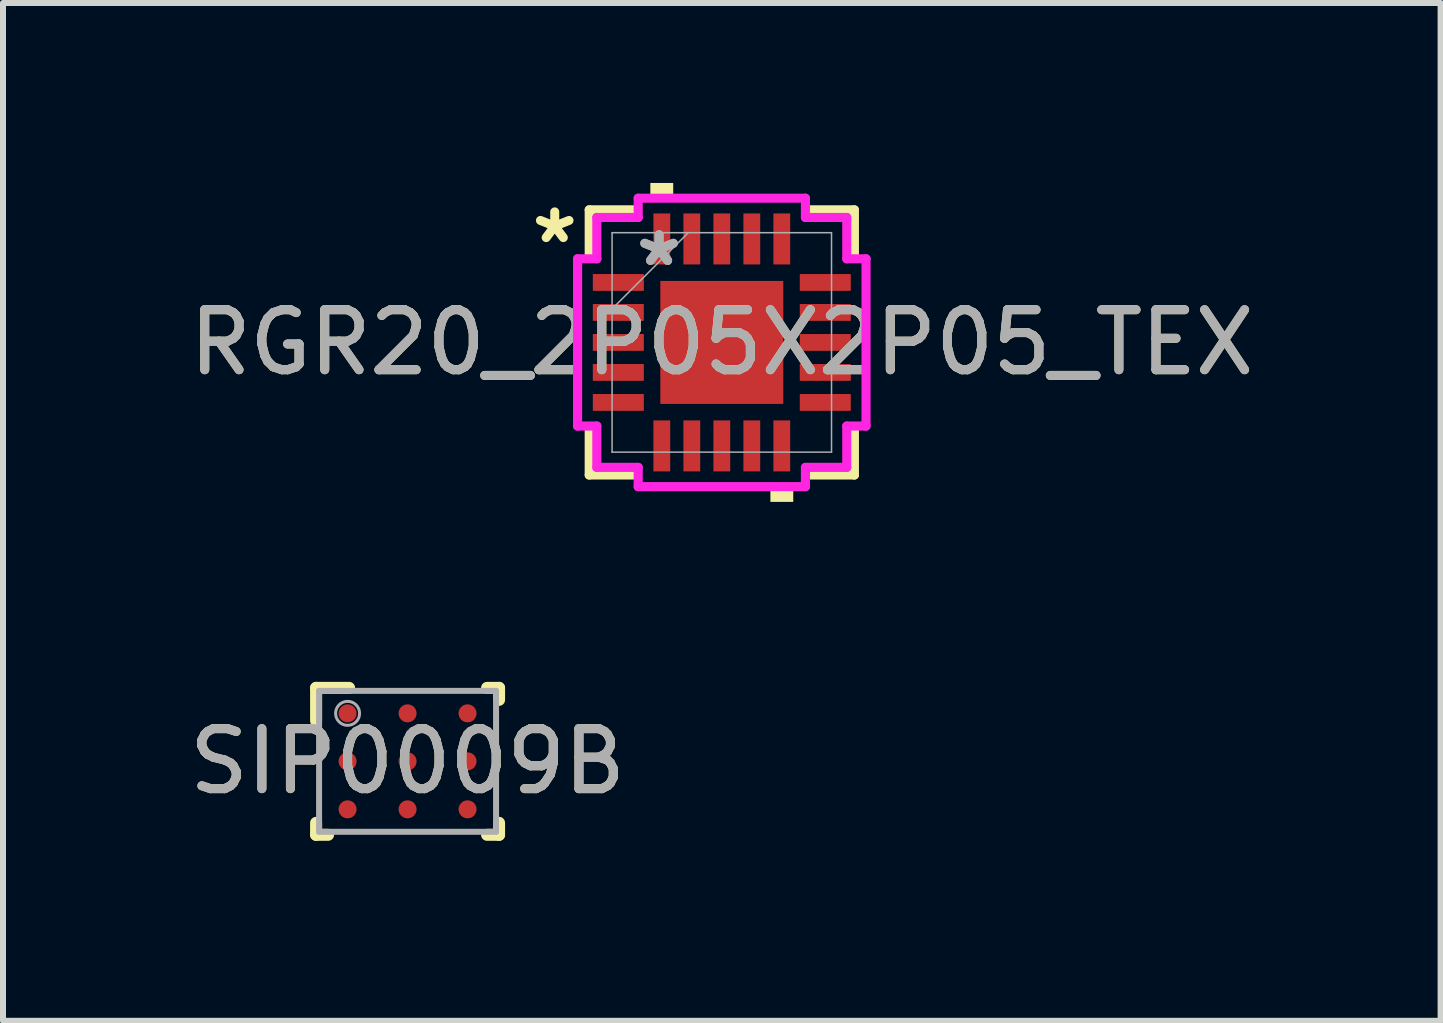
<source format=kicad_pcb>
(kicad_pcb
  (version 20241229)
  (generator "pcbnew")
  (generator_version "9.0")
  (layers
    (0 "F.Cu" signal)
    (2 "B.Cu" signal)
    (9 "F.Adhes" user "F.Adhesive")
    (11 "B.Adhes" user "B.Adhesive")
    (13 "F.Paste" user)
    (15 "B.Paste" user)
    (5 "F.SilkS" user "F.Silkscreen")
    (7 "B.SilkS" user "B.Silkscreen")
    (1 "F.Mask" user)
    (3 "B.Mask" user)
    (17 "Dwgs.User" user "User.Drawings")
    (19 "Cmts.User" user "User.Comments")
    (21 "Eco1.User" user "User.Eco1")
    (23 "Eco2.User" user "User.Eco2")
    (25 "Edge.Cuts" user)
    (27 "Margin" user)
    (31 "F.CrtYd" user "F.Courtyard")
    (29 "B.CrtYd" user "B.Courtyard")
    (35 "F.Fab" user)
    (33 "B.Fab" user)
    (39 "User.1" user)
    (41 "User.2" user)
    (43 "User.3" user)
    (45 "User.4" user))
  (footprint "RGR20_2P05X2P05_TEX"
    (layer "F.Cu")
    (at 8.982 2.658)
    (property "Reference" "RGR20_2P05X2P05_TEX" (at 0 0 0) (unlocked yes) (layer "F.SilkS") (effects (font (size 1 1) (thickness 0.15))))
    (attr smd)
    (fp_poly (pts (xy -1.089 -1.089) (xy -0.594 -1.089) (xy -0.594 1.089) (xy -1.089 1.089)) (stroke (width 0) (type solid)) (fill yes) (layer "F.Mask"))
    (fp_poly (pts (xy -1.089 -1.089) (xy 1.089 -1.089) (xy 1.089 -0.594) (xy -1.089 -0.594)) (stroke (width 0) (type solid)) (fill yes) (layer "F.Mask"))
    (fp_poly (pts (xy -1.089 -0.194) (xy 1.089 -0.194) (xy 1.089 0.194) (xy -1.089 0.194)) (stroke (width 0) (type solid)) (fill yes) (layer "F.Mask"))
    (fp_poly (pts (xy -1.089 0.594) (xy 1.089 0.594) (xy 1.089 1.089) (xy -1.089 1.089)) (stroke (width 0) (type solid)) (fill yes) (layer "F.Mask"))
    (fp_poly (pts (xy 0.194 -1.089) (xy -0.194 -1.089) (xy -0.194 1.089) (xy 0.194 1.089)) (stroke (width 0) (type solid)) (fill yes) (layer "F.Mask"))
    (fp_poly (pts (xy 0.594 -1.089) (xy 1.089 -1.089) (xy 1.089 1.089) (xy 0.594 1.089)) (stroke (width 0) (type solid)) (fill yes) (layer "F.Mask"))
    (fp_line (start -2.21 -2.21) (end -2.21 -1.467) (stroke (width 0.152) (type solid)) (layer "F.SilkS"))
    (fp_line (start -2.21 1.467) (end -2.21 2.21) (stroke (width 0.152) (type solid)) (layer "F.SilkS"))
    (fp_line (start -2.21 2.21) (end -1.468 2.21) (stroke (width 0.152) (type solid)) (layer "F.SilkS"))
    (fp_line (start -1.468 -2.21) (end -2.21 -2.21) (stroke (width 0.152) (type solid)) (layer "F.SilkS"))
    (fp_line (start 1.468 2.21) (end 2.21 2.21) (stroke (width 0.152) (type solid)) (layer "F.SilkS"))
    (fp_line (start 2.21 -2.21) (end 1.468 -2.21) (stroke (width 0.152) (type solid)) (layer "F.SilkS"))
    (fp_line (start 2.21 -1.467) (end 2.21 -2.21) (stroke (width 0.152) (type solid)) (layer "F.SilkS"))
    (fp_line (start 2.21 2.21) (end 2.21 1.467) (stroke (width 0.152) (type solid)) (layer "F.SilkS"))
    (fp_poly (pts (xy -1.191 -2.404) (xy -1.191 -2.658) (xy -0.81 -2.658) (xy -0.81 -2.404)) (stroke (width 0) (type solid)) (fill yes) (layer "F.SilkS"))
    (fp_poly (pts (xy 0.81 2.404) (xy 0.81 2.658) (xy 1.191 2.658) (xy 1.191 2.404)) (stroke (width 0) (type solid)) (fill yes) (layer "F.SilkS"))
    (fp_poly (pts (xy -0.95 -0.95) (xy -0.95 -0.494) (xy -0.635 -0.494) (xy -0.494 -0.635) (xy -0.494 -0.95)) (stroke (width 0) (type solid)) (fill yes) (layer "F.Paste"))
    (fp_poly (pts (xy -0.95 0.494) (xy -0.95 0.95) (xy -0.494 0.95) (xy -0.494 0.635) (xy -0.635 0.494)) (stroke (width 0) (type solid)) (fill yes) (layer "F.Paste"))
    (fp_poly (pts (xy 0.494 -0.95) (xy 0.494 -0.635) (xy 0.635 -0.494) (xy 0.95 -0.494) (xy 0.95 -0.95)) (stroke (width 0) (type solid)) (fill yes) (layer "F.Paste"))
    (fp_poly (pts (xy 0.635 0.494) (xy 0.494 0.635) (xy 0.494 0.95) (xy 0.95 0.95) (xy 0.95 0.494)) (stroke (width 0) (type solid)) (fill yes) (layer "F.Paste"))
    (fp_poly (pts (xy -0.95 -0.294) (xy -0.95 0.294) (xy -0.635 0.294) (xy -0.494 0.152) (xy -0.494 -0.152) (xy -0.635 -0.294)) (stroke (width 0) (type solid)) (fill yes) (layer "F.Paste"))
    (fp_poly (pts (xy -0.294 -0.95) (xy -0.294 -0.635) (xy -0.152 -0.494) (xy 0.152 -0.494) (xy 0.294 -0.635) (xy 0.294 -0.95)) (stroke (width 0) (type solid)) (fill yes) (layer "F.Paste"))
    (fp_poly (pts (xy -0.152 0.494) (xy -0.294 0.635) (xy -0.294 0.95) (xy 0.294 0.95) (xy 0.294 0.635) (xy 0.152 0.494)) (stroke (width 0) (type solid)) (fill yes) (layer "F.Paste"))
    (fp_poly (pts (xy 0.635 -0.294) (xy 0.494 -0.152) (xy 0.494 0.152) (xy 0.635 0.294) (xy 0.95 0.294) (xy 0.95 -0.294)) (stroke (width 0) (type solid)) (fill yes) (layer "F.Paste"))
    (fp_poly (pts (xy -0.152 -0.294) (xy -0.294 -0.152) (xy -0.294 0.152) (xy -0.152 0.294) (xy 0.152 0.294) (xy 0.294 0.152) (xy 0.294 -0.152) (xy 0.152 -0.294)) (stroke (width 0) (type solid)) (fill yes) (layer "F.Paste"))
    (fp_circle (center -0.394 -0.394) (end -0.203 -0.394) (stroke (width 0.127) (type solid)) (fill no) (layer "Eco1.User"))
    (fp_circle (center -0.394 0.394) (end -0.203 0.394) (stroke (width 0.127) (type solid)) (fill no) (layer "Eco1.User"))
    (fp_circle (center 0.394 -0.394) (end 0.584 -0.394) (stroke (width 0.127) (type solid)) (fill no) (layer "Eco1.User"))
    (fp_circle (center 0.394 0.394) (end 0.584 0.394) (stroke (width 0.127) (type solid)) (fill no) (layer "Eco1.User"))
    (fp_line (start -2.404 -1.394) (end -2.083 -1.394) (stroke (width 0.152) (type solid)) (layer "F.CrtYd"))
    (fp_line (start -2.404 1.394) (end -2.404 -1.394) (stroke (width 0.152) (type solid)) (layer "F.CrtYd"))
    (fp_line (start -2.083 -2.083) (end -1.394 -2.083) (stroke (width 0.152) (type solid)) (layer "F.CrtYd"))
    (fp_line (start -2.083 -1.394) (end -2.083 -2.083) (stroke (width 0.152) (type solid)) (layer "F.CrtYd"))
    (fp_line (start -2.083 1.394) (end -2.404 1.394) (stroke (width 0.152) (type solid)) (layer "F.CrtYd"))
    (fp_line (start -2.083 2.083) (end -2.083 1.394) (stroke (width 0.152) (type solid)) (layer "F.CrtYd"))
    (fp_line (start -1.394 -2.404) (end 1.394 -2.404) (stroke (width 0.152) (type solid)) (layer "F.CrtYd"))
    (fp_line (start -1.394 -2.083) (end -1.394 -2.404) (stroke (width 0.152) (type solid)) (layer "F.CrtYd"))
    (fp_line (start -1.394 2.083) (end -2.083 2.083) (stroke (width 0.152) (type solid)) (layer "F.CrtYd"))
    (fp_line (start -1.394 2.404) (end -1.394 2.083) (stroke (width 0.152) (type solid)) (layer "F.CrtYd"))
    (fp_line (start 1.394 -2.404) (end 1.394 -2.083) (stroke (width 0.152) (type solid)) (layer "F.CrtYd"))
    (fp_line (start 1.394 -2.083) (end 2.083 -2.083) (stroke (width 0.152) (type solid)) (layer "F.CrtYd"))
    (fp_line (start 1.394 2.083) (end 1.394 2.404) (stroke (width 0.152) (type solid)) (layer "F.CrtYd"))
    (fp_line (start 1.394 2.404) (end -1.394 2.404) (stroke (width 0.152) (type solid)) (layer "F.CrtYd"))
    (fp_line (start 2.083 -2.083) (end 2.083 -1.394) (stroke (width 0.152) (type solid)) (layer "F.CrtYd"))
    (fp_line (start 2.083 -1.394) (end 2.404 -1.394) (stroke (width 0.152) (type solid)) (layer "F.CrtYd"))
    (fp_line (start 2.083 1.394) (end 2.083 2.083) (stroke (width 0.152) (type solid)) (layer "F.CrtYd"))
    (fp_line (start 2.083 2.083) (end 1.394 2.083) (stroke (width 0.152) (type solid)) (layer "F.CrtYd"))
    (fp_line (start 2.404 -1.394) (end 2.404 1.394) (stroke (width 0.152) (type solid)) (layer "F.CrtYd"))
    (fp_line (start 2.404 1.394) (end 2.083 1.394) (stroke (width 0.152) (type solid)) (layer "F.CrtYd"))
    (fp_line (start -1.829 -1.829) (end -1.829 1.829) (stroke (width 0.025) (type solid)) (layer "F.Fab"))
    (fp_line (start -1.829 -0.559) (end -0.559 -1.829) (stroke (width 0.025) (type solid)) (layer "F.Fab"))
    (fp_line (start -1.829 1.829) (end 1.829 1.829) (stroke (width 0.025) (type solid)) (layer "F.Fab"))
    (fp_line (start 1.829 -1.829) (end -1.829 -1.829) (stroke (width 0.025) (type solid)) (layer "F.Fab"))
    (fp_line (start 1.829 1.829) (end 1.829 -1.829) (stroke (width 0.025) (type solid)) (layer "F.Fab"))
    (fp_text user "*" (at -2.785 -1.631 0) (unlocked yes) (layer "F.SilkS") (effects (font (size 1 1) (thickness 0.15))))
    (fp_text user "*" (at -1.046 -1.25 0) (unlocked yes) (layer "F.Fab") (effects (font (size 1 1) (thickness 0.15))))
    (fp_text user "*" (at -1.046 -1.25 0) (layer "F.Fab") (effects (font (size 1 1) (thickness 0.15))))
    (fp_text user "${REFERENCE}" (at 0 0 0) (unlocked yes) (layer "F.Fab") (effects (font (size 1 1) (thickness 0.15))))
    (pad "1" smd rect (at -1.725 -1 90) (size 0.28 0.85) (layers "F.Cu" "F.Mask" "F.Paste"))
    (pad "2" smd rect (at -1.725 -0.5 90) (size 0.28 0.85) (layers "F.Cu" "F.Mask" "F.Paste"))
    (pad "3" smd rect (at -1.725 0 90) (size 0.28 0.85) (layers "F.Cu" "F.Mask" "F.Paste"))
    (pad "4" smd rect (at -1.725 0.5 90) (size 0.28 0.85) (layers "F.Cu" "F.Mask" "F.Paste"))
    (pad "5" smd rect (at -1.725 1 90) (size 0.28 0.85) (layers "F.Cu" "F.Mask" "F.Paste"))
    (pad "6" smd rect (at -1 1.725) (size 0.28 0.85) (layers "F.Cu" "F.Mask" "F.Paste"))
    (pad "7" smd rect (at -0.5 1.725) (size 0.28 0.85) (layers "F.Cu" "F.Mask" "F.Paste"))
    (pad "8" smd rect (at 0 1.725) (size 0.28 0.85) (layers "F.Cu" "F.Mask" "F.Paste"))
    (pad "9" smd rect (at 0.5 1.725) (size 0.28 0.85) (layers "F.Cu" "F.Mask" "F.Paste"))
    (pad "10" smd rect (at 1 1.725) (size 0.28 0.85) (layers "F.Cu" "F.Mask" "F.Paste"))
    (pad "11" smd rect (at 1.725 1 90) (size 0.28 0.85) (layers "F.Cu" "F.Mask" "F.Paste"))
    (pad "12" smd rect (at 1.725 0.5 90) (size 0.28 0.85) (layers "F.Cu" "F.Mask" "F.Paste"))
    (pad "13" smd rect (at 1.725 0 90) (size 0.28 0.85) (layers "F.Cu" "F.Mask" "F.Paste"))
    (pad "14" smd rect (at 1.725 -0.5 90) (size 0.28 0.85) (layers "F.Cu" "F.Mask" "F.Paste"))
    (pad "15" smd rect (at 1.725 -1 90) (size 0.28 0.85) (layers "F.Cu" "F.Mask" "F.Paste"))
    (pad "16" smd rect (at 1 -1.725) (size 0.28 0.85) (layers "F.Cu" "F.Mask" "F.Paste"))
    (pad "17" smd rect (at 0.5 -1.725) (size 0.28 0.85) (layers "F.Cu" "F.Mask" "F.Paste"))
    (pad "18" smd rect (at 0 -1.725) (size 0.28 0.85) (layers "F.Cu" "F.Mask" "F.Paste"))
    (pad "19" smd rect (at -0.5 -1.725) (size 0.28 0.85) (layers "F.Cu" "F.Mask" "F.Paste"))
    (pad "20" smd rect (at -1 -1.725) (size 0.28 0.85) (layers "F.Cu" "F.Mask" "F.Paste"))
    (pad "21" smd rect (at 0 0) (size 2.05 2.05) (layers "F.Cu")))
  (footprint "SIP0009B"
    (layer "F.Cu")
    (at 3.744 9.641)
    (property "Reference" "SIP0009B" (at 0 0 0) (unlocked yes) (layer "F.SilkS") (effects (font (size 1 1) (thickness 0.15))))
    (attr smd)
    (fp_line (start -1.525 -1.225) (end -0.975 -1.225) (stroke (width 0.2) (type solid)) (layer "F.SilkS"))
    (fp_line (start -1.525 -0.675) (end -1.525 -1.225) (stroke (width 0.2) (type solid)) (layer "F.SilkS"))
    (fp_line (start -1.525 1.225) (end -1.525 1.025) (stroke (width 0.2) (type solid)) (layer "F.SilkS"))
    (fp_line (start -1.525 1.225) (end -1.325 1.225) (stroke (width 0.2) (type solid)) (layer "F.SilkS"))
    (fp_line (start 1.325 -1.225) (end 1.525 -1.225) (stroke (width 0.2) (type solid)) (layer "F.SilkS"))
    (fp_line (start 1.325 1.225) (end 1.525 1.225) (stroke (width 0.2) (type solid)) (layer "F.SilkS"))
    (fp_line (start 1.525 -1.025) (end 1.525 -1.225) (stroke (width 0.2) (type solid)) (layer "F.SilkS"))
    (fp_line (start 1.525 1.225) (end 1.525 1.025) (stroke (width 0.2) (type solid)) (layer "F.SilkS"))
    (fp_line (start -1.475 -1.175) (end 1.475 -1.175) (stroke (width 0.1) (type solid)) (layer "F.Fab"))
    (fp_line (start -1.475 1.175) (end -1.475 -1.175) (stroke (width 0.1) (type solid)) (layer "F.Fab"))
    (fp_line (start -1.475 1.175) (end 1.475 1.175) (stroke (width 0.1) (type solid)) (layer "F.Fab"))
    (fp_line (start 1.475 1.175) (end 1.475 -1.175) (stroke (width 0.1) (type solid)) (layer "F.Fab"))
    (fp_circle (center -1 -0.8) (end -0.8 -0.8) (stroke (width 0.05) (type solid)) (fill no) (layer "F.Fab"))
    (fp_text user "${REFERENCE}" (at 0 0 0) (unlocked yes) (layer "F.Fab") (effects (font (size 1 1) (thickness 0.15))))
    (pad "A1" smd circle (at -1 -0.8) (size 0.3 0.3) (layers "F.Cu" "F.Mask" "F.Paste"))
    (pad "A2" smd circle (at 0 -0.8) (size 0.3 0.3) (layers "F.Cu" "F.Mask" "F.Paste"))
    (pad "A3" smd circle (at 1 -0.8) (size 0.3 0.3) (layers "F.Cu" "F.Mask" "F.Paste"))
    (pad "B1" smd circle (at -1 -0.000003) (size 0.3 0.3) (layers "F.Cu" "F.Mask" "F.Paste"))
    (pad "B2" smd circle (at 0 0) (size 0.3 0.3) (layers "F.Cu" "F.Mask" "F.Paste"))
    (pad "B3" smd circle (at 1 -0.000003) (size 0.3 0.3) (layers "F.Cu" "F.Mask" "F.Paste"))
    (pad "C1" smd circle (at -1 0.8) (size 0.3 0.3) (layers "F.Cu" "F.Mask" "F.Paste"))
    (pad "C2" smd circle (at 0 0.8) (size 0.3 0.3) (layers "F.Cu" "F.Mask" "F.Paste"))
    (pad "C3" smd circle (at 1 0.8) (size 0.3 0.3) (layers "F.Cu" "F.Mask" "F.Paste")))
  (gr_rect
    (start -3 -3)
    (end 20.964 13.966)
    (stroke (width 0.1) (type default))
    (fill no)
    (layer "Edge.Cuts")))
</source>
